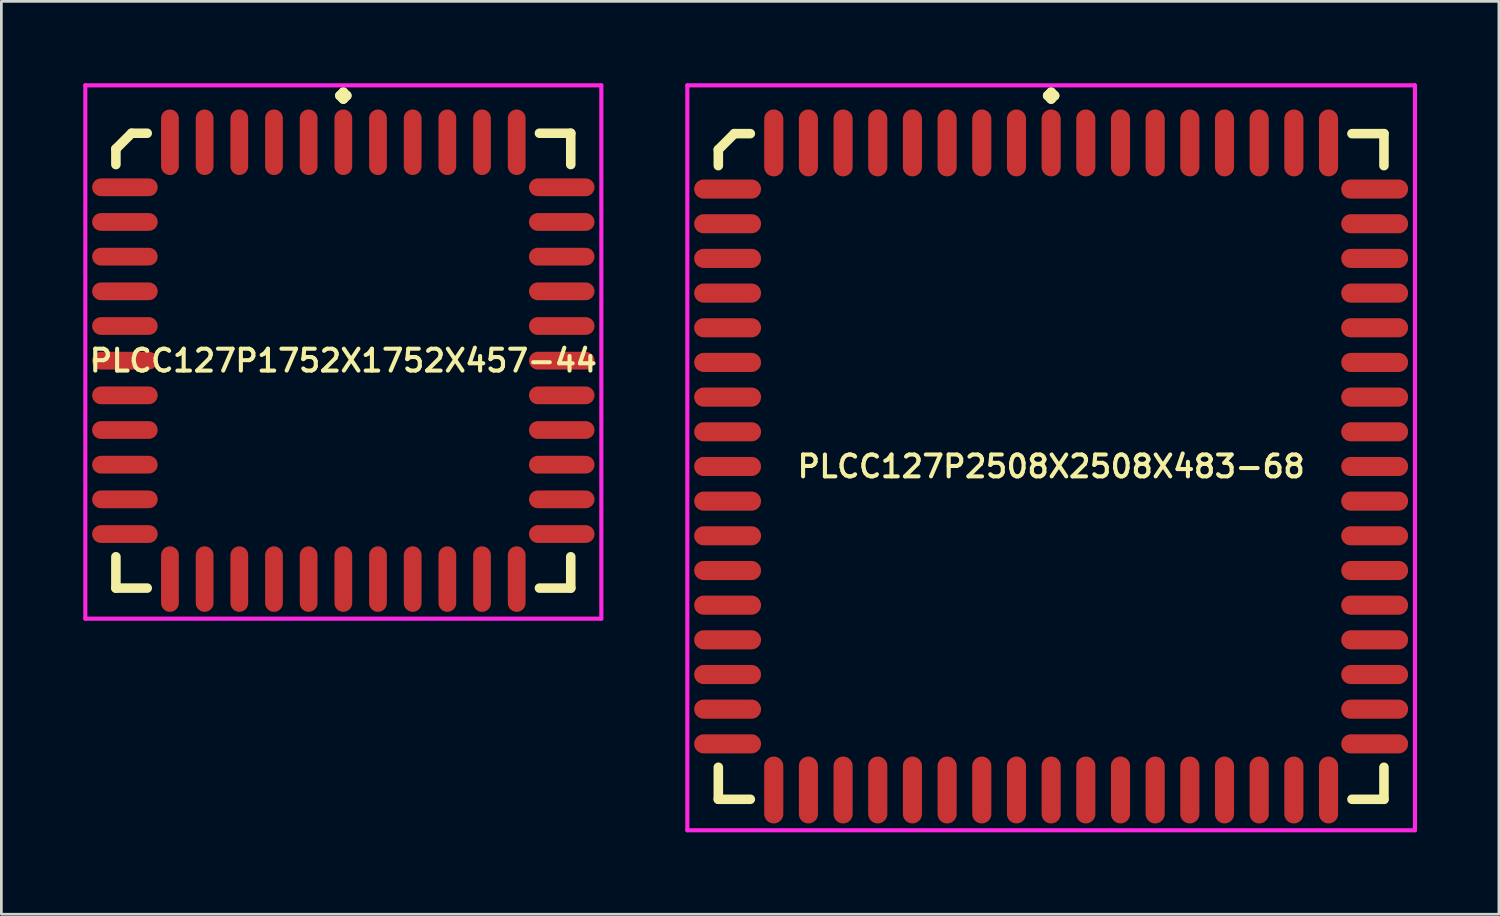
<source format=kicad_pcb>
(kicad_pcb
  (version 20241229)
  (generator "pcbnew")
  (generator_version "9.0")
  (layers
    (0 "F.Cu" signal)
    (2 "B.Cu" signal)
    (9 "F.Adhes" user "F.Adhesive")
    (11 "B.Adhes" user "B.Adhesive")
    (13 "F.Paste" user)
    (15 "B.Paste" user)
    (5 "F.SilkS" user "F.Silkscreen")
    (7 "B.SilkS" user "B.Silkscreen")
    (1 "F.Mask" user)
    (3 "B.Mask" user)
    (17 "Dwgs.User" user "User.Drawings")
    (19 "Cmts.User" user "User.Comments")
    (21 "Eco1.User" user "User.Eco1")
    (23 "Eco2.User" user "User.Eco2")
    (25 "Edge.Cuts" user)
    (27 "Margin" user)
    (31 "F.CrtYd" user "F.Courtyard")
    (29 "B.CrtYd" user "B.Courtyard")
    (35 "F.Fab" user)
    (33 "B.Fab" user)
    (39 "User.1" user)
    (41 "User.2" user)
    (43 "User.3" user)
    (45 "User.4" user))
  (footprint "PLCC127P1752X1752X457-44"
    (layer "F.Cu")
    (at 9.525 10.16)
    (property "Reference" "PLCC127P1752X1752X457-44" (at 0 0 0) (layer "F.SilkS") (effects (font (size 0.8 0.8) (thickness 0.15))))
    (attr smd)
    (fp_line (start -8.33 -7.756) (end -7.756 -8.33) (stroke (width 0.35) (type solid)) (layer "F.SilkS"))
    (fp_line (start -8.33 -7.183) (end -8.33 -7.756) (stroke (width 0.35) (type solid)) (layer "F.SilkS"))
    (fp_line (start -8.33 7.183) (end -8.33 8.33) (stroke (width 0.35) (type solid)) (layer "F.SilkS"))
    (fp_line (start -8.33 8.33) (end -7.183 8.33) (stroke (width 0.35) (type solid)) (layer "F.SilkS"))
    (fp_line (start -7.756 -8.33) (end -7.183 -8.33) (stroke (width 0.35) (type solid)) (layer "F.SilkS"))
    (fp_line (start -0.127 -9.708) (end 0 -9.835) (stroke (width 0.35) (type solid)) (layer "F.SilkS"))
    (fp_line (start 0 -9.835) (end 0.127 -9.708) (stroke (width 0.35) (type solid)) (layer "F.SilkS"))
    (fp_line (start 0 -9.581) (end -0.127 -9.708) (stroke (width 0.35) (type solid)) (layer "F.SilkS"))
    (fp_line (start 0.127 -9.708) (end 0 -9.581) (stroke (width 0.35) (type solid)) (layer "F.SilkS"))
    (fp_line (start 8.33 -8.33) (end 7.183 -8.33) (stroke (width 0.35) (type solid)) (layer "F.SilkS"))
    (fp_line (start 8.33 -7.183) (end 8.33 -8.33) (stroke (width 0.35) (type solid)) (layer "F.SilkS"))
    (fp_line (start 8.33 7.183) (end 8.33 8.33) (stroke (width 0.35) (type solid)) (layer "F.SilkS"))
    (fp_line (start 8.33 8.33) (end 7.183 8.33) (stroke (width 0.35) (type solid)) (layer "F.SilkS"))
    (fp_line (start -9.45 -10.085) (end 9.45 -10.085) (stroke (width 0.15) (type solid)) (layer "F.CrtYd"))
    (fp_line (start -9.45 9.45) (end -9.45 -10.085) (stroke (width 0.15) (type solid)) (layer "F.CrtYd"))
    (fp_line (start 9.45 -10.085) (end 9.45 9.45) (stroke (width 0.15) (type solid)) (layer "F.CrtYd"))
    (fp_line (start 9.45 9.45) (end -9.45 9.45) (stroke (width 0.15) (type solid)) (layer "F.CrtYd"))
    (pad "1" smd oval (at 0 -8) (size 0.65 2.4) (layers "F.Cu" "F.Mask" "F.Paste"))
    (pad "2" smd oval (at -1.27 -8) (size 0.65 2.4) (layers "F.Cu" "F.Mask" "F.Paste"))
    (pad "3" smd oval (at -2.54 -8) (size 0.65 2.4) (layers "F.Cu" "F.Mask" "F.Paste"))
    (pad "4" smd oval (at -3.81 -8) (size 0.65 2.4) (layers "F.Cu" "F.Mask" "F.Paste"))
    (pad "5" smd oval (at -5.08 -8) (size 0.65 2.4) (layers "F.Cu" "F.Mask" "F.Paste"))
    (pad "6" smd oval (at -6.35 -8) (size 0.65 2.4) (layers "F.Cu" "F.Mask" "F.Paste"))
    (pad "7" smd oval (at -8 -6.35) (size 2.4 0.65) (layers "F.Cu" "F.Mask" "F.Paste"))
    (pad "8" smd oval (at -8 -5.08) (size 2.4 0.65) (layers "F.Cu" "F.Mask" "F.Paste"))
    (pad "9" smd oval (at -8 -3.81) (size 2.4 0.65) (layers "F.Cu" "F.Mask" "F.Paste"))
    (pad "10" smd oval (at -8 -2.54) (size 2.4 0.65) (layers "F.Cu" "F.Mask" "F.Paste"))
    (pad "11" smd oval (at -8 -1.27) (size 2.4 0.65) (layers "F.Cu" "F.Mask" "F.Paste"))
    (pad "12" smd oval (at -8 0) (size 2.4 0.65) (layers "F.Cu" "F.Mask" "F.Paste"))
    (pad "13" smd oval (at -8 1.27) (size 2.4 0.65) (layers "F.Cu" "F.Mask" "F.Paste"))
    (pad "14" smd oval (at -8 2.54) (size 2.4 0.65) (layers "F.Cu" "F.Mask" "F.Paste"))
    (pad "15" smd oval (at -8 3.81) (size 2.4 0.65) (layers "F.Cu" "F.Mask" "F.Paste"))
    (pad "16" smd oval (at -8 5.08) (size 2.4 0.65) (layers "F.Cu" "F.Mask" "F.Paste"))
    (pad "17" smd oval (at -8 6.35) (size 2.4 0.65) (layers "F.Cu" "F.Mask" "F.Paste"))
    (pad "18" smd oval (at -6.35 8) (size 0.65 2.4) (layers "F.Cu" "F.Mask" "F.Paste"))
    (pad "19" smd oval (at -5.08 8) (size 0.65 2.4) (layers "F.Cu" "F.Mask" "F.Paste"))
    (pad "20" smd oval (at -3.81 8) (size 0.65 2.4) (layers "F.Cu" "F.Mask" "F.Paste"))
    (pad "21" smd oval (at -2.54 8) (size 0.65 2.4) (layers "F.Cu" "F.Mask" "F.Paste"))
    (pad "22" smd oval (at -1.27 8) (size 0.65 2.4) (layers "F.Cu" "F.Mask" "F.Paste"))
    (pad "23" smd oval (at 0 8) (size 0.65 2.4) (layers "F.Cu" "F.Mask" "F.Paste"))
    (pad "24" smd oval (at 1.27 8) (size 0.65 2.4) (layers "F.Cu" "F.Mask" "F.Paste"))
    (pad "25" smd oval (at 2.54 8) (size 0.65 2.4) (layers "F.Cu" "F.Mask" "F.Paste"))
    (pad "26" smd oval (at 3.81 8) (size 0.65 2.4) (layers "F.Cu" "F.Mask" "F.Paste"))
    (pad "27" smd oval (at 5.08 8) (size 0.65 2.4) (layers "F.Cu" "F.Mask" "F.Paste"))
    (pad "28" smd oval (at 6.35 8) (size 0.65 2.4) (layers "F.Cu" "F.Mask" "F.Paste"))
    (pad "29" smd oval (at 8 6.35) (size 2.4 0.65) (layers "F.Cu" "F.Mask" "F.Paste"))
    (pad "30" smd oval (at 8 5.08) (size 2.4 0.65) (layers "F.Cu" "F.Mask" "F.Paste"))
    (pad "31" smd oval (at 8 3.81) (size 2.4 0.65) (layers "F.Cu" "F.Mask" "F.Paste"))
    (pad "32" smd oval (at 8 2.54) (size 2.4 0.65) (layers "F.Cu" "F.Mask" "F.Paste"))
    (pad "33" smd oval (at 8 1.27) (size 2.4 0.65) (layers "F.Cu" "F.Mask" "F.Paste"))
    (pad "34" smd oval (at 8 0) (size 2.4 0.65) (layers "F.Cu" "F.Mask" "F.Paste"))
    (pad "35" smd oval (at 8 -1.27) (size 2.4 0.65) (layers "F.Cu" "F.Mask" "F.Paste"))
    (pad "36" smd oval (at 8 -2.54) (size 2.4 0.65) (layers "F.Cu" "F.Mask" "F.Paste"))
    (pad "37" smd oval (at 8 -3.81) (size 2.4 0.65) (layers "F.Cu" "F.Mask" "F.Paste"))
    (pad "38" smd oval (at 8 -5.08) (size 2.4 0.65) (layers "F.Cu" "F.Mask" "F.Paste"))
    (pad "39" smd oval (at 8 -6.35) (size 2.4 0.65) (layers "F.Cu" "F.Mask" "F.Paste"))
    (pad "40" smd oval (at 6.35 -8) (size 0.65 2.4) (layers "F.Cu" "F.Mask" "F.Paste"))
    (pad "41" smd oval (at 5.08 -8) (size 0.65 2.4) (layers "F.Cu" "F.Mask" "F.Paste"))
    (pad "42" smd oval (at 3.81 -8) (size 0.65 2.4) (layers "F.Cu" "F.Mask" "F.Paste"))
    (pad "43" smd oval (at 2.54 -8) (size 0.65 2.4) (layers "F.Cu" "F.Mask" "F.Paste"))
    (pad "44" smd oval (at 1.27 -8) (size 0.65 2.4) (layers "F.Cu" "F.Mask" "F.Paste")))
  (footprint "PLCC127P2508X2508X483-68"
    (layer "F.Cu")
    (at 35.45 14.035)
    (property "Reference" "PLCC127P2508X2508X483-68" (at 0 0 0) (layer "F.SilkS") (effects (font (size 0.8 0.8) (thickness 0.15))))
    (attr through_hole)
    (fp_line (start -12.19 -11.604) (end -11.604 -12.19) (stroke (width 0.35) (type solid)) (layer "F.SilkS"))
    (fp_line (start -12.19 -11.018) (end -12.19 -11.604) (stroke (width 0.35) (type solid)) (layer "F.SilkS"))
    (fp_line (start -12.19 11.018) (end -12.19 12.19) (stroke (width 0.35) (type solid)) (layer "F.SilkS"))
    (fp_line (start -12.19 12.19) (end -11.018 12.19) (stroke (width 0.35) (type solid)) (layer "F.SilkS"))
    (fp_line (start -11.604 -12.19) (end -11.018 -12.19) (stroke (width 0.35) (type solid)) (layer "F.SilkS"))
    (fp_line (start -0.127 -13.583) (end 0 -13.71) (stroke (width 0.35) (type solid)) (layer "F.SilkS"))
    (fp_line (start 0 -13.71) (end 0.127 -13.583) (stroke (width 0.35) (type solid)) (layer "F.SilkS"))
    (fp_line (start 0 -13.456) (end -0.127 -13.583) (stroke (width 0.35) (type solid)) (layer "F.SilkS"))
    (fp_line (start 0.127 -13.583) (end 0 -13.456) (stroke (width 0.35) (type solid)) (layer "F.SilkS"))
    (fp_line (start 12.19 -12.19) (end 11.018 -12.19) (stroke (width 0.35) (type solid)) (layer "F.SilkS"))
    (fp_line (start 12.19 -11.018) (end 12.19 -12.19) (stroke (width 0.35) (type solid)) (layer "F.SilkS"))
    (fp_line (start 12.19 11.018) (end 12.19 12.19) (stroke (width 0.35) (type solid)) (layer "F.SilkS"))
    (fp_line (start 12.19 12.19) (end 11.018 12.19) (stroke (width 0.35) (type solid)) (layer "F.SilkS"))
    (fp_line (start -13.325 -13.96) (end 13.325 -13.96) (stroke (width 0.15) (type solid)) (layer "F.CrtYd"))
    (fp_line (start -13.325 13.325) (end -13.325 -13.96) (stroke (width 0.15) (type solid)) (layer "F.CrtYd"))
    (fp_line (start 13.325 -13.96) (end 13.325 13.325) (stroke (width 0.15) (type solid)) (layer "F.CrtYd"))
    (fp_line (start 13.325 13.325) (end -13.325 13.325) (stroke (width 0.15) (type solid)) (layer "F.CrtYd"))
    (pad "1" smd oval (at 0 -11.85) (size 0.7 2.45) (layers "F.Cu" "F.Mask" "F.Paste"))
    (pad "2" smd oval (at -1.27 -11.85) (size 0.7 2.45) (layers "F.Cu" "F.Mask" "F.Paste"))
    (pad "3" smd oval (at -2.54 -11.85) (size 0.7 2.45) (layers "F.Cu" "F.Mask" "F.Paste"))
    (pad "4" smd oval (at -3.81 -11.85) (size 0.7 2.45) (layers "F.Cu" "F.Mask" "F.Paste"))
    (pad "5" smd oval (at -5.08 -11.85) (size 0.7 2.45) (layers "F.Cu" "F.Mask" "F.Paste"))
    (pad "6" smd oval (at -6.35 -11.85) (size 0.7 2.45) (layers "F.Cu" "F.Mask" "F.Paste"))
    (pad "7" smd oval (at -7.62 -11.85) (size 0.7 2.45) (layers "F.Cu" "F.Mask" "F.Paste"))
    (pad "8" smd oval (at -8.89 -11.85) (size 0.7 2.45) (layers "F.Cu" "F.Mask" "F.Paste"))
    (pad "9" smd oval (at -10.16 -11.85) (size 0.7 2.45) (layers "F.Cu" "F.Mask" "F.Paste"))
    (pad "10" smd oval (at -11.85 -10.16) (size 2.45 0.7) (layers "F.Cu" "F.Mask" "F.Paste"))
    (pad "11" smd oval (at -11.85 -8.89) (size 2.45 0.7) (layers "F.Cu" "F.Mask" "F.Paste"))
    (pad "12" smd oval (at -11.85 -7.62) (size 2.45 0.7) (layers "F.Cu" "F.Mask" "F.Paste"))
    (pad "13" smd oval (at -11.85 -6.35) (size 2.45 0.7) (layers "F.Cu" "F.Mask" "F.Paste"))
    (pad "14" smd oval (at -11.85 -5.08) (size 2.45 0.7) (layers "F.Cu" "F.Mask" "F.Paste"))
    (pad "15" smd oval (at -11.85 -3.81) (size 2.45 0.7) (layers "F.Cu" "F.Mask" "F.Paste"))
    (pad "16" smd oval (at -11.85 -2.54) (size 2.45 0.7) (layers "F.Cu" "F.Mask" "F.Paste"))
    (pad "17" smd oval (at -11.85 -1.27) (size 2.45 0.7) (layers "F.Cu" "F.Mask" "F.Paste"))
    (pad "18" smd oval (at -11.85 0) (size 2.45 0.7) (layers "F.Cu" "F.Mask" "F.Paste"))
    (pad "19" smd oval (at -11.85 1.27) (size 2.45 0.7) (layers "F.Cu" "F.Mask" "F.Paste"))
    (pad "20" smd oval (at -11.85 2.54) (size 2.45 0.7) (layers "F.Cu" "F.Mask" "F.Paste"))
    (pad "21" smd oval (at -11.85 3.81) (size 2.45 0.7) (layers "F.Cu" "F.Mask" "F.Paste"))
    (pad "22" smd oval (at -11.85 5.08) (size 2.45 0.7) (layers "F.Cu" "F.Mask" "F.Paste"))
    (pad "23" smd oval (at -11.85 6.35) (size 2.45 0.7) (layers "F.Cu" "F.Mask" "F.Paste"))
    (pad "24" smd oval (at -11.85 7.62) (size 2.45 0.7) (layers "F.Cu" "F.Mask" "F.Paste"))
    (pad "25" smd oval (at -11.85 8.89) (size 2.45 0.7) (layers "F.Cu" "F.Mask" "F.Paste"))
    (pad "26" smd oval (at -11.85 10.16) (size 2.45 0.7) (layers "F.Cu" "F.Mask" "F.Paste"))
    (pad "27" smd oval (at -10.16 11.85) (size 0.7 2.45) (layers "F.Cu" "F.Mask" "F.Paste"))
    (pad "28" smd oval (at -8.89 11.85) (size 0.7 2.45) (layers "F.Cu" "F.Mask" "F.Paste"))
    (pad "29" smd oval (at -7.62 11.85) (size 0.7 2.45) (layers "F.Cu" "F.Mask" "F.Paste"))
    (pad "30" smd oval (at -6.35 11.85) (size 0.7 2.45) (layers "F.Cu" "F.Mask" "F.Paste"))
    (pad "31" smd oval (at -5.08 11.85) (size 0.7 2.45) (layers "F.Cu" "F.Mask" "F.Paste"))
    (pad "32" smd oval (at -3.81 11.85) (size 0.7 2.45) (layers "F.Cu" "F.Mask" "F.Paste"))
    (pad "33" smd oval (at -2.54 11.85) (size 0.7 2.45) (layers "F.Cu" "F.Mask" "F.Paste"))
    (pad "34" smd oval (at -1.27 11.85) (size 0.7 2.45) (layers "F.Cu" "F.Mask" "F.Paste"))
    (pad "35" smd oval (at 0 11.85) (size 0.7 2.45) (layers "F.Cu" "F.Mask" "F.Paste"))
    (pad "36" smd oval (at 1.27 11.85) (size 0.7 2.45) (layers "F.Cu" "F.Mask" "F.Paste"))
    (pad "37" smd oval (at 2.54 11.85) (size 0.7 2.45) (layers "F.Cu" "F.Mask" "F.Paste"))
    (pad "38" smd oval (at 3.81 11.85) (size 0.7 2.45) (layers "F.Cu" "F.Mask" "F.Paste"))
    (pad "39" smd oval (at 5.08 11.85) (size 0.7 2.45) (layers "F.Cu" "F.Mask" "F.Paste"))
    (pad "40" smd oval (at 6.35 11.85) (size 0.7 2.45) (layers "F.Cu" "F.Mask" "F.Paste"))
    (pad "41" smd oval (at 7.62 11.85) (size 0.7 2.45) (layers "F.Cu" "F.Mask" "F.Paste"))
    (pad "42" smd oval (at 8.89 11.85) (size 0.7 2.45) (layers "F.Cu" "F.Mask" "F.Paste"))
    (pad "43" smd oval (at 10.16 11.85) (size 0.7 2.45) (layers "F.Cu" "F.Mask" "F.Paste"))
    (pad "44" smd oval (at 11.85 10.16) (size 2.45 0.7) (layers "F.Cu" "F.Mask" "F.Paste"))
    (pad "45" smd oval (at 11.85 8.89) (size 2.45 0.7) (layers "F.Cu" "F.Mask" "F.Paste"))
    (pad "46" smd oval (at 11.85 7.62) (size 2.45 0.7) (layers "F.Cu" "F.Mask" "F.Paste"))
    (pad "47" smd oval (at 11.85 6.35) (size 2.45 0.7) (layers "F.Cu" "F.Mask" "F.Paste"))
    (pad "48" smd oval (at 11.85 5.08) (size 2.45 0.7) (layers "F.Cu" "F.Mask" "F.Paste"))
    (pad "49" smd oval (at 11.85 3.81) (size 2.45 0.7) (layers "F.Cu" "F.Mask" "F.Paste"))
    (pad "50" smd oval (at 11.85 2.54) (size 2.45 0.7) (layers "F.Cu" "F.Mask" "F.Paste"))
    (pad "51" smd oval (at 11.85 1.27) (size 2.45 0.7) (layers "F.Cu" "F.Mask" "F.Paste"))
    (pad "52" smd oval (at 11.85 0) (size 2.45 0.7) (layers "F.Cu" "F.Mask" "F.Paste"))
    (pad "53" smd oval (at 11.85 -1.27) (size 2.45 0.7) (layers "F.Cu" "F.Mask" "F.Paste"))
    (pad "54" smd oval (at 11.85 -2.54) (size 2.45 0.7) (layers "F.Cu" "F.Mask" "F.Paste"))
    (pad "55" smd oval (at 11.85 -3.81) (size 2.45 0.7) (layers "F.Cu" "F.Mask" "F.Paste"))
    (pad "56" smd oval (at 11.85 -5.08) (size 2.45 0.7) (layers "F.Cu" "F.Mask" "F.Paste"))
    (pad "57" smd oval (at 11.85 -6.35) (size 2.45 0.7) (layers "F.Cu" "F.Mask" "F.Paste"))
    (pad "58" smd oval (at 11.85 -7.62) (size 2.45 0.7) (layers "F.Cu" "F.Mask" "F.Paste"))
    (pad "59" smd oval (at 11.85 -8.89) (size 2.45 0.7) (layers "F.Cu" "F.Mask" "F.Paste"))
    (pad "60" smd oval (at 11.85 -10.16) (size 2.45 0.7) (layers "F.Cu" "F.Mask" "F.Paste"))
    (pad "61" smd oval (at 10.16 -11.85) (size 0.7 2.45) (layers "F.Cu" "F.Mask" "F.Paste"))
    (pad "62" smd oval (at 8.89 -11.85) (size 0.7 2.45) (layers "F.Cu" "F.Mask" "F.Paste"))
    (pad "63" smd oval (at 7.62 -11.85) (size 0.7 2.45) (layers "F.Cu" "F.Mask" "F.Paste"))
    (pad "64" smd oval (at 6.35 -11.85) (size 0.7 2.45) (layers "F.Cu" "F.Mask" "F.Paste"))
    (pad "65" smd oval (at 5.08 -11.85) (size 0.7 2.45) (layers "F.Cu" "F.Mask" "F.Paste"))
    (pad "66" smd oval (at 3.81 -11.85) (size 0.7 2.45) (layers "F.Cu" "F.Mask" "F.Paste"))
    (pad "67" smd oval (at 2.54 -11.85) (size 0.7 2.45) (layers "F.Cu" "F.Mask" "F.Paste"))
    (pad "68" smd oval (at 1.27 -11.85) (size 0.7 2.45) (layers "F.Cu" "F.Mask" "F.Paste")))
  (gr_rect
    (start -3 -3)
    (end 51.85 30.435)
    (stroke (width 0.1) (type default))
    (fill no)
    (layer "Edge.Cuts")))
</source>
